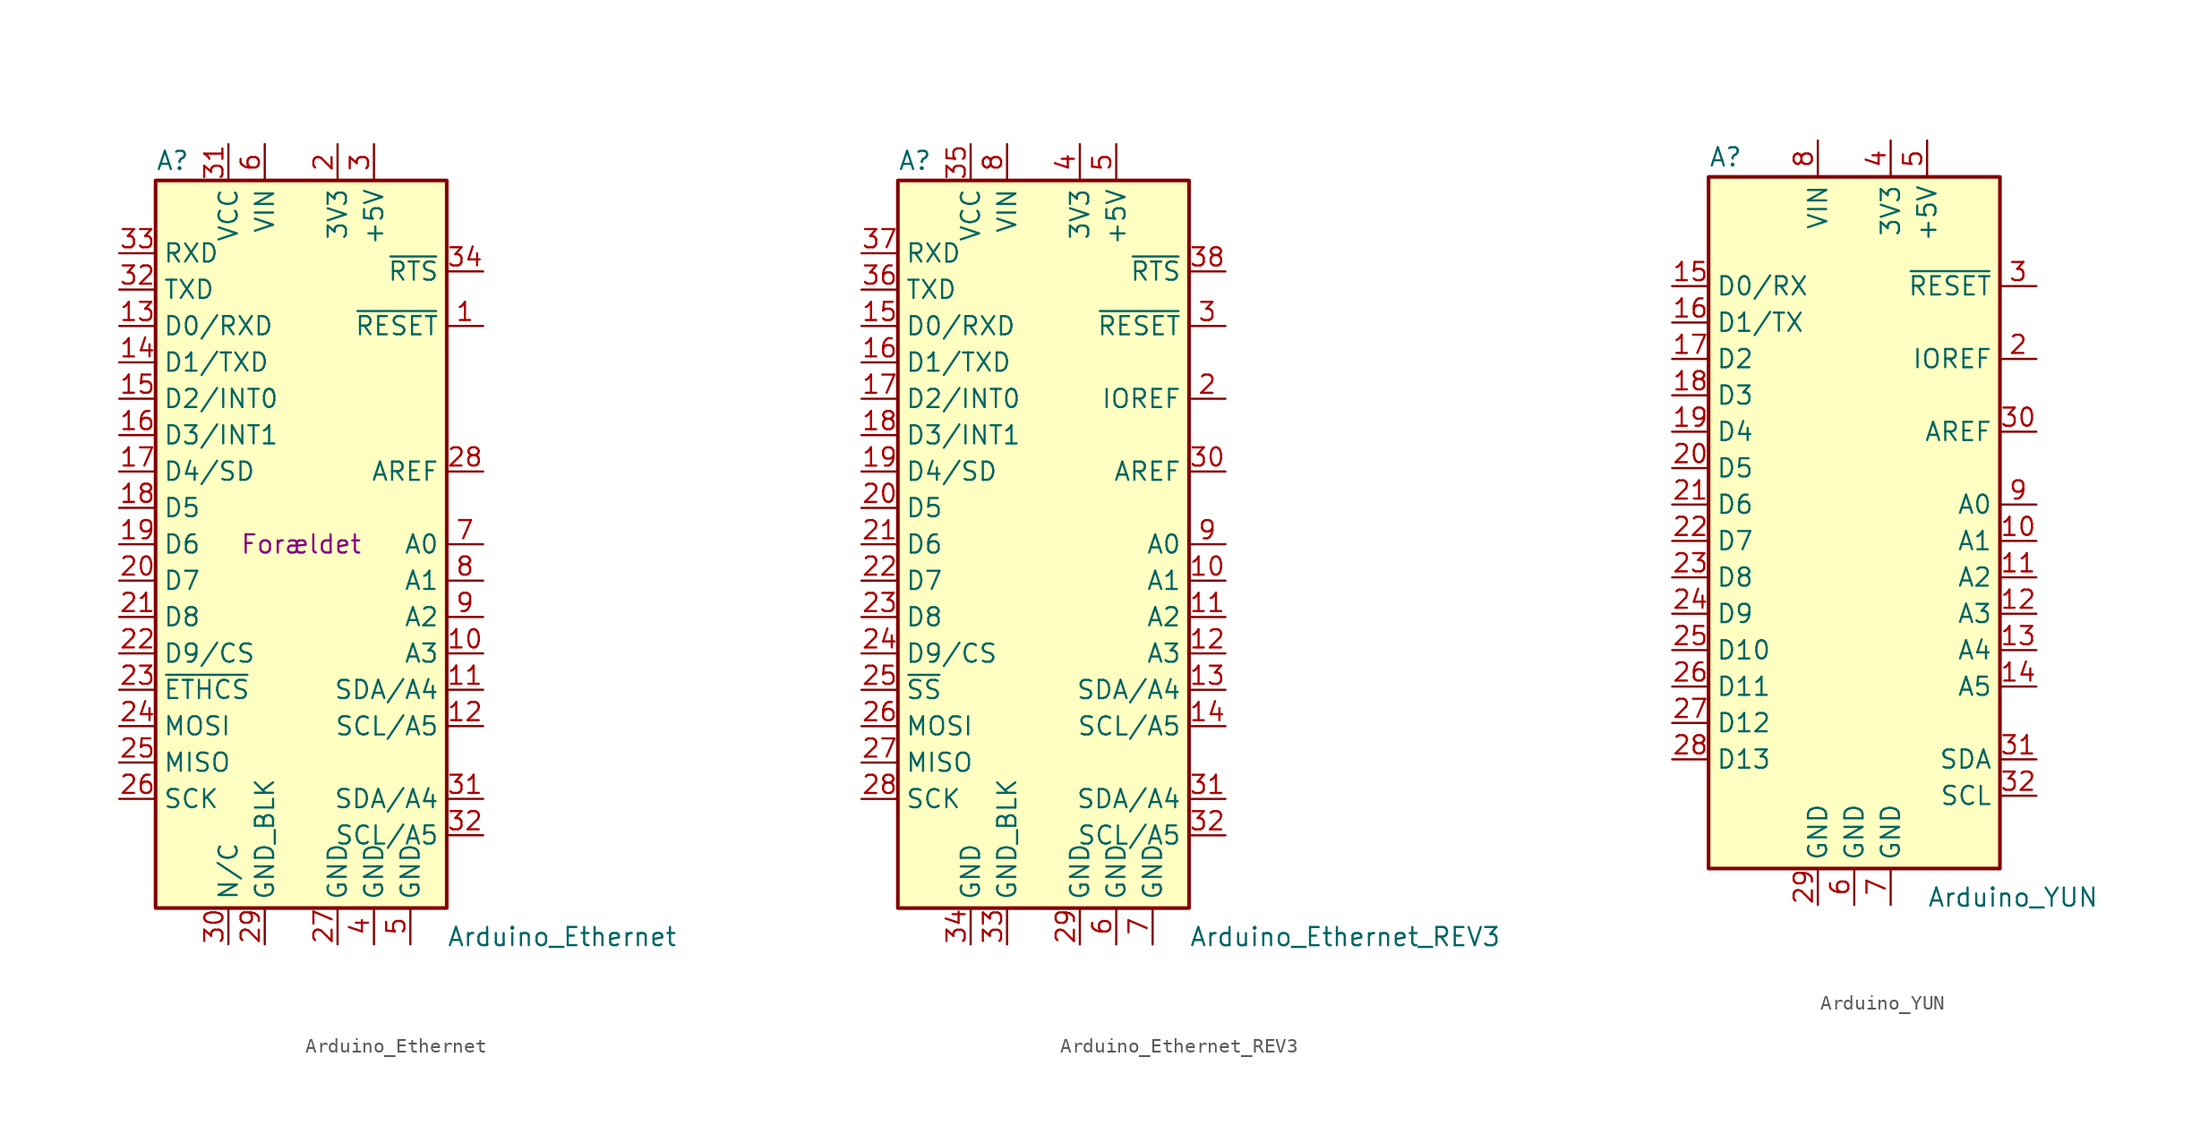
<source format=kicad_sym>
(kicad_symbol_lib
  (version 20231120)
  (generator "kicad_symbol_editor")
  (generator_version "8.0")
  (symbol "Arduino_Ethernet"
    (property "Reference" "A"
      (at -10.16 26.035 0)
      (effects (font (size 1.27 1.27)) (justify left bottom)))
    (property "Value" "Arduino_Ethernet"
      (at 10.16 -26.67 0)
      (effects (font (size 1.27 1.27)) (justify left top)))
    (property "Digi-Key Delstatus" "Forældet"
      (at 0 0 0)
      (effects (font (size 1.27 1.27))))
    (symbol "Arduino_Ethernet_0_1"
      (rectangle (start 10.16 25.4) (end -10.16 -25.4) (stroke (width 0.254) (type default)) (fill (type background))))
    (symbol "Arduino_Ethernet_1_1"
      (pin input line (at 12.7 15.24 180) (length 2.54) (name "~{RESET}" (effects (font (size 1.27 1.27)))) (number "1" (effects (font (size 1.27 1.27)))))
      (pin bidirectional line (at 12.7 -7.62 180) (length 2.54) (name "A3" (effects (font (size 1.27 1.27)))) (number "10" (effects (font (size 1.27 1.27)))))
      (pin bidirectional line (at 12.7 -10.16 180) (length 2.54) (name "SDA/A4" (effects (font (size 1.27 1.27)))) (number "11" (effects (font (size 1.27 1.27)))))
      (pin bidirectional line (at 12.7 -12.7 180) (length 2.54) (name "SCL/A5" (effects (font (size 1.27 1.27)))) (number "12" (effects (font (size 1.27 1.27)))))
      (pin bidirectional line (at -12.7 15.24 0) (length 2.54) (name "D0/RXD" (effects (font (size 1.27 1.27)))) (number "13" (effects (font (size 1.27 1.27)))))
      (pin bidirectional line (at -12.7 12.7 0) (length 2.54) (name "D1/TXD" (effects (font (size 1.27 1.27)))) (number "14" (effects (font (size 1.27 1.27)))))
      (pin bidirectional line (at -12.7 10.16 0) (length 2.54) (name "D2/INT0" (effects (font (size 1.27 1.27)))) (number "15" (effects (font (size 1.27 1.27)))))
      (pin bidirectional line (at -12.7 7.62 0) (length 2.54) (name "D3/INT1" (effects (font (size 1.27 1.27)))) (number "16" (effects (font (size 1.27 1.27)))))
      (pin bidirectional line (at -12.7 5.08 0) (length 2.54) (name "D4/SD" (effects (font (size 1.27 1.27)))) (number "17" (effects (font (size 1.27 1.27)))))
      (pin bidirectional line (at -12.7 2.54 0) (length 2.54) (name "D5" (effects (font (size 1.27 1.27)))) (number "18" (effects (font (size 1.27 1.27)))))
      (pin bidirectional line (at -12.7 0 0) (length 2.54) (name "D6" (effects (font (size 1.27 1.27)))) (number "19" (effects (font (size 1.27 1.27)))))
      (pin power_out line (at 2.54 27.94 270) (length 2.54) (name "3V3" (effects (font (size 1.27 1.27)))) (number "2" (effects (font (size 1.27 1.27)))))
      (pin bidirectional line (at -12.7 -2.54 0) (length 2.54) (name "D7" (effects (font (size 1.27 1.27)))) (number "20" (effects (font (size 1.27 1.27)))))
      (pin bidirectional line (at -12.7 -5.08 0) (length 2.54) (name "D8" (effects (font (size 1.27 1.27)))) (number "21" (effects (font (size 1.27 1.27)))))
      (pin bidirectional line (at -12.7 -7.62 0) (length 2.54) (name "D9/CS" (effects (font (size 1.27 1.27)))) (number "22" (effects (font (size 1.27 1.27)))))
      (pin bidirectional line (at -12.7 -10.16 0) (length 2.54) (name "~{ETHCS}" (effects (font (size 1.27 1.27)))) (number "23" (effects (font (size 1.27 1.27)))))
      (pin bidirectional line (at -12.7 -12.7 0) (length 2.54) (name "MOSI" (effects (font (size 1.27 1.27)))) (number "24" (effects (font (size 1.27 1.27)))))
      (pin bidirectional line (at -12.7 -15.24 0) (length 2.54) (name "MISO" (effects (font (size 1.27 1.27)))) (number "25" (effects (font (size 1.27 1.27)))))
      (pin bidirectional line (at -12.7 -17.78 0) (length 2.54) (name "SCK" (effects (font (size 1.27 1.27)))) (number "26" (effects (font (size 1.27 1.27)))))
      (pin power_in line (at 2.54 -27.94 90) (length 2.54) (name "GND" (effects (font (size 1.27 1.27)))) (number "27" (effects (font (size 1.27 1.27)))))
      (pin input line (at 12.7 5.08 180) (length 2.54) (name "AREF" (effects (font (size 1.27 1.27)))) (number "28" (effects (font (size 1.27 1.27)))))
      (pin power_in line (at -2.54 -27.94 90) (length 2.54) (name "GND_BLK" (effects (font (size 1.27 1.27)))) (number "29" (effects (font (size 1.27 1.27)))))
      (pin power_out line (at 5.08 27.94 270) (length 2.54) (name "+5V" (effects (font (size 1.27 1.27)))) (number "3" (effects (font (size 1.27 1.27)))))
      (pin passive line (at -5.08 -27.94 90) (length 2.54) (name "N/C" (effects (font (size 1.27 1.27)))) (number "30" (effects (font (size 1.27 1.27)))))
      (pin bidirectional line (at 12.7 -17.78 180) (length 2.54) (name "SDA/A4" (effects (font (size 1.27 1.27)))) (number "31" (effects (font (size 1.27 1.27)))))
      (pin power_in line (at -5.08 27.94 270) (length 2.54) (name "VCC" (effects (font (size 1.27 1.27)))) (number "31" (effects (font (size 1.27 1.27)))))
      (pin bidirectional line (at 12.7 -20.32 180) (length 2.54) (name "SCL/A5" (effects (font (size 1.27 1.27)))) (number "32" (effects (font (size 1.27 1.27)))))
      (pin bidirectional line (at -12.7 17.78 0) (length 2.54) (name "TXD" (effects (font (size 1.27 1.27)))) (number "32" (effects (font (size 1.27 1.27)))))
      (pin bidirectional line (at -12.7 20.32 0) (length 2.54) (name "RXD" (effects (font (size 1.27 1.27)))) (number "33" (effects (font (size 1.27 1.27)))))
      (pin input line (at 12.7 19.05 180) (length 2.54) (name "~{RTS}" (effects (font (size 1.27 1.27)))) (number "34" (effects (font (size 1.27 1.27)))))
      (pin power_in line (at 5.08 -27.94 90) (length 2.54) (name "GND" (effects (font (size 1.27 1.27)))) (number "4" (effects (font (size 1.27 1.27)))))
      (pin power_in line (at 7.62 -27.94 90) (length 2.54) (name "GND" (effects (font (size 1.27 1.27)))) (number "5" (effects (font (size 1.27 1.27)))))
      (pin power_in line (at -2.54 27.94 270) (length 2.54) (name "VIN" (effects (font (size 1.27 1.27)))) (number "6" (effects (font (size 1.27 1.27)))))
      (pin bidirectional line (at 12.7 0 180) (length 2.54) (name "A0" (effects (font (size 1.27 1.27)))) (number "7" (effects (font (size 1.27 1.27)))))
      (pin bidirectional line (at 12.7 -2.54 180) (length 2.54) (name "A1" (effects (font (size 1.27 1.27)))) (number "8" (effects (font (size 1.27 1.27)))))
      (pin bidirectional line (at 12.7 -5.08 180) (length 2.54) (name "A2" (effects (font (size 1.27 1.27)))) (number "9" (effects (font (size 1.27 1.27)))))))
  (symbol "Arduino_Ethernet_REV3"
    (property "Reference" "A"
      (at -10.16 26.035 0)
      (effects (font (size 1.27 1.27)) (justify left bottom)))
    (property "Value" "Arduino_Ethernet_REV3"
      (at 10.16 -26.67 0)
      (effects (font (size 1.27 1.27)) (justify left top)))
    (symbol "Arduino_Ethernet_REV3_0_1"
      (rectangle (start 10.16 25.4) (end -10.16 -25.4) (stroke (width 0.254) (type default)) (fill (type background))))
    (symbol "Arduino_Ethernet_REV3_1_1"
      (pin no_connect line (at -10.16 -20.32 0) (length 2.54) hide (name "NC" (effects (font (size 1.27 1.27)))) (number "1" (effects (font (size 1.27 1.27)))))
      (pin bidirectional line (at 12.7 -2.54 180) (length 2.54) (name "A1" (effects (font (size 1.27 1.27)))) (number "10" (effects (font (size 1.27 1.27)))))
      (pin bidirectional line (at 12.7 -5.08 180) (length 2.54) (name "A2" (effects (font (size 1.27 1.27)))) (number "11" (effects (font (size 1.27 1.27)))))
      (pin bidirectional line (at 12.7 -7.62 180) (length 2.54) (name "A3" (effects (font (size 1.27 1.27)))) (number "12" (effects (font (size 1.27 1.27)))))
      (pin bidirectional line (at 12.7 -10.16 180) (length 2.54) (name "SDA/A4" (effects (font (size 1.27 1.27)))) (number "13" (effects (font (size 1.27 1.27)))))
      (pin bidirectional line (at 12.7 -12.7 180) (length 2.54) (name "SCL/A5" (effects (font (size 1.27 1.27)))) (number "14" (effects (font (size 1.27 1.27)))))
      (pin bidirectional line (at -12.7 15.24 0) (length 2.54) (name "D0/RXD" (effects (font (size 1.27 1.27)))) (number "15" (effects (font (size 1.27 1.27)))))
      (pin bidirectional line (at -12.7 12.7 0) (length 2.54) (name "D1/TXD" (effects (font (size 1.27 1.27)))) (number "16" (effects (font (size 1.27 1.27)))))
      (pin bidirectional line (at -12.7 10.16 0) (length 2.54) (name "D2/INT0" (effects (font (size 1.27 1.27)))) (number "17" (effects (font (size 1.27 1.27)))))
      (pin bidirectional line (at -12.7 7.62 0) (length 2.54) (name "D3/INT1" (effects (font (size 1.27 1.27)))) (number "18" (effects (font (size 1.27 1.27)))))
      (pin bidirectional line (at -12.7 5.08 0) (length 2.54) (name "D4/SD" (effects (font (size 1.27 1.27)))) (number "19" (effects (font (size 1.27 1.27)))))
      (pin output line (at 12.7 10.16 180) (length 2.54) (name "IOREF" (effects (font (size 1.27 1.27)))) (number "2" (effects (font (size 1.27 1.27)))))
      (pin bidirectional line (at -12.7 2.54 0) (length 2.54) (name "D5" (effects (font (size 1.27 1.27)))) (number "20" (effects (font (size 1.27 1.27)))))
      (pin bidirectional line (at -12.7 0 0) (length 2.54) (name "D6" (effects (font (size 1.27 1.27)))) (number "21" (effects (font (size 1.27 1.27)))))
      (pin bidirectional line (at -12.7 -2.54 0) (length 2.54) (name "D7" (effects (font (size 1.27 1.27)))) (number "22" (effects (font (size 1.27 1.27)))))
      (pin bidirectional line (at -12.7 -5.08 0) (length 2.54) (name "D8" (effects (font (size 1.27 1.27)))) (number "23" (effects (font (size 1.27 1.27)))))
      (pin bidirectional line (at -12.7 -7.62 0) (length 2.54) (name "D9/CS" (effects (font (size 1.27 1.27)))) (number "24" (effects (font (size 1.27 1.27)))))
      (pin bidirectional line (at -12.7 -10.16 0) (length 2.54) (name "~{SS}" (effects (font (size 1.27 1.27)))) (number "25" (effects (font (size 1.27 1.27)))))
      (pin bidirectional line (at -12.7 -12.7 0) (length 2.54) (name "MOSI" (effects (font (size 1.27 1.27)))) (number "26" (effects (font (size 1.27 1.27)))))
      (pin bidirectional line (at -12.7 -15.24 0) (length 2.54) (name "MISO" (effects (font (size 1.27 1.27)))) (number "27" (effects (font (size 1.27 1.27)))))
      (pin bidirectional line (at -12.7 -17.78 0) (length 2.54) (name "SCK" (effects (font (size 1.27 1.27)))) (number "28" (effects (font (size 1.27 1.27)))))
      (pin power_in line (at 2.54 -27.94 90) (length 2.54) (name "GND" (effects (font (size 1.27 1.27)))) (number "29" (effects (font (size 1.27 1.27)))))
      (pin input line (at 12.7 15.24 180) (length 2.54) (name "~{RESET}" (effects (font (size 1.27 1.27)))) (number "3" (effects (font (size 1.27 1.27)))))
      (pin input line (at 12.7 5.08 180) (length 2.54) (name "AREF" (effects (font (size 1.27 1.27)))) (number "30" (effects (font (size 1.27 1.27)))))
      (pin bidirectional line (at 12.7 -17.78 180) (length 2.54) (name "SDA/A4" (effects (font (size 1.27 1.27)))) (number "31" (effects (font (size 1.27 1.27)))))
      (pin bidirectional line (at 12.7 -20.32 180) (length 2.54) (name "SCL/A5" (effects (font (size 1.27 1.27)))) (number "32" (effects (font (size 1.27 1.27)))))
      (pin power_in line (at -2.54 -27.94 90) (length 2.54) (name "GND_BLK" (effects (font (size 1.27 1.27)))) (number "33" (effects (font (size 1.27 1.27)))))
      (pin power_in line (at -5.08 -27.94 90) (length 2.54) (name "GND" (effects (font (size 1.27 1.27)))) (number "34" (effects (font (size 1.27 1.27)))))
      (pin power_in line (at -5.08 27.94 270) (length 2.54) (name "VCC" (effects (font (size 1.27 1.27)))) (number "35" (effects (font (size 1.27 1.27)))))
      (pin bidirectional line (at -12.7 17.78 0) (length 2.54) (name "TXD" (effects (font (size 1.27 1.27)))) (number "36" (effects (font (size 1.27 1.27)))))
      (pin bidirectional line (at -12.7 20.32 0) (length 2.54) (name "RXD" (effects (font (size 1.27 1.27)))) (number "37" (effects (font (size 1.27 1.27)))))
      (pin input line (at 12.7 19.05 180) (length 2.54) (name "~{RTS}" (effects (font (size 1.27 1.27)))) (number "38" (effects (font (size 1.27 1.27)))))
      (pin power_out line (at 2.54 27.94 270) (length 2.54) (name "3V3" (effects (font (size 1.27 1.27)))) (number "4" (effects (font (size 1.27 1.27)))))
      (pin power_out line (at 5.08 27.94 270) (length 2.54) (name "+5V" (effects (font (size 1.27 1.27)))) (number "5" (effects (font (size 1.27 1.27)))))
      (pin power_in line (at 5.08 -27.94 90) (length 2.54) (name "GND" (effects (font (size 1.27 1.27)))) (number "6" (effects (font (size 1.27 1.27)))))
      (pin power_in line (at 7.62 -27.94 90) (length 2.54) (name "GND" (effects (font (size 1.27 1.27)))) (number "7" (effects (font (size 1.27 1.27)))))
      (pin power_in line (at -2.54 27.94 270) (length 2.54) (name "VIN" (effects (font (size 1.27 1.27)))) (number "8" (effects (font (size 1.27 1.27)))))
      (pin bidirectional line (at 12.7 0 180) (length 2.54) (name "A0" (effects (font (size 1.27 1.27)))) (number "9" (effects (font (size 1.27 1.27)))))))
  (symbol "Arduino_YUN"
    (property "Reference" "A"
      (at -10.16 23.495 0)
      (effects (font (size 1.27 1.27)) (justify left bottom)))
    (property "Value" "Arduino_YUN"
      (at 5.08 -26.67 0)
      (effects (font (size 1.27 1.27)) (justify left top)))
    (symbol "Arduino_YUN_0_1"
      (rectangle (start -10.16 22.86) (end 10.16 -25.4) (stroke (width 0.254) (type default)) (fill (type background))))
    (symbol "Arduino_YUN_1_1"
      (pin no_connect line (at -10.16 -20.32 0) (length 2.54) hide (name "NC" (effects (font (size 1.27 1.27)))) (number "1" (effects (font (size 1.27 1.27)))))
      (pin bidirectional line (at 12.7 -2.54 180) (length 2.54) (name "A1" (effects (font (size 1.27 1.27)))) (number "10" (effects (font (size 1.27 1.27)))))
      (pin bidirectional line (at 12.7 -5.08 180) (length 2.54) (name "A2" (effects (font (size 1.27 1.27)))) (number "11" (effects (font (size 1.27 1.27)))))
      (pin bidirectional line (at 12.7 -7.62 180) (length 2.54) (name "A3" (effects (font (size 1.27 1.27)))) (number "12" (effects (font (size 1.27 1.27)))))
      (pin bidirectional line (at 12.7 -10.16 180) (length 2.54) (name "A4" (effects (font (size 1.27 1.27)))) (number "13" (effects (font (size 1.27 1.27)))))
      (pin bidirectional line (at 12.7 -12.7 180) (length 2.54) (name "A5" (effects (font (size 1.27 1.27)))) (number "14" (effects (font (size 1.27 1.27)))))
      (pin bidirectional line (at -12.7 15.24 0) (length 2.54) (name "D0/RX" (effects (font (size 1.27 1.27)))) (number "15" (effects (font (size 1.27 1.27)))))
      (pin bidirectional line (at -12.7 12.7 0) (length 2.54) (name "D1/TX" (effects (font (size 1.27 1.27)))) (number "16" (effects (font (size 1.27 1.27)))))
      (pin bidirectional line (at -12.7 10.16 0) (length 2.54) (name "D2" (effects (font (size 1.27 1.27)))) (number "17" (effects (font (size 1.27 1.27)))))
      (pin bidirectional line (at -12.7 7.62 0) (length 2.54) (name "D3" (effects (font (size 1.27 1.27)))) (number "18" (effects (font (size 1.27 1.27)))))
      (pin bidirectional line (at -12.7 5.08 0) (length 2.54) (name "D4" (effects (font (size 1.27 1.27)))) (number "19" (effects (font (size 1.27 1.27)))))
      (pin output line (at 12.7 10.16 180) (length 2.54) (name "IOREF" (effects (font (size 1.27 1.27)))) (number "2" (effects (font (size 1.27 1.27)))))
      (pin bidirectional line (at -12.7 2.54 0) (length 2.54) (name "D5" (effects (font (size 1.27 1.27)))) (number "20" (effects (font (size 1.27 1.27)))))
      (pin bidirectional line (at -12.7 0 0) (length 2.54) (name "D6" (effects (font (size 1.27 1.27)))) (number "21" (effects (font (size 1.27 1.27)))))
      (pin bidirectional line (at -12.7 -2.54 0) (length 2.54) (name "D7" (effects (font (size 1.27 1.27)))) (number "22" (effects (font (size 1.27 1.27)))))
      (pin bidirectional line (at -12.7 -5.08 0) (length 2.54) (name "D8" (effects (font (size 1.27 1.27)))) (number "23" (effects (font (size 1.27 1.27)))))
      (pin bidirectional line (at -12.7 -7.62 0) (length 2.54) (name "D9" (effects (font (size 1.27 1.27)))) (number "24" (effects (font (size 1.27 1.27)))))
      (pin bidirectional line (at -12.7 -10.16 0) (length 2.54) (name "D10" (effects (font (size 1.27 1.27)))) (number "25" (effects (font (size 1.27 1.27)))))
      (pin bidirectional line (at -12.7 -12.7 0) (length 2.54) (name "D11" (effects (font (size 1.27 1.27)))) (number "26" (effects (font (size 1.27 1.27)))))
      (pin bidirectional line (at -12.7 -15.24 0) (length 2.54) (name "D12" (effects (font (size 1.27 1.27)))) (number "27" (effects (font (size 1.27 1.27)))))
      (pin bidirectional line (at -12.7 -17.78 0) (length 2.54) (name "D13" (effects (font (size 1.27 1.27)))) (number "28" (effects (font (size 1.27 1.27)))))
      (pin power_in line (at -2.54 -27.94 90) (length 2.54) (name "GND" (effects (font (size 1.27 1.27)))) (number "29" (effects (font (size 1.27 1.27)))))
      (pin input line (at 12.7 15.24 180) (length 2.54) (name "~{RESET}" (effects (font (size 1.27 1.27)))) (number "3" (effects (font (size 1.27 1.27)))))
      (pin input line (at 12.7 5.08 180) (length 2.54) (name "AREF" (effects (font (size 1.27 1.27)))) (number "30" (effects (font (size 1.27 1.27)))))
      (pin bidirectional line (at 12.7 -17.78 180) (length 2.54) (name "SDA" (effects (font (size 1.27 1.27)))) (number "31" (effects (font (size 1.27 1.27)))))
      (pin bidirectional line (at 12.7 -20.32 180) (length 2.54) (name "SCL" (effects (font (size 1.27 1.27)))) (number "32" (effects (font (size 1.27 1.27)))))
      (pin power_out line (at 2.54 25.4 270) (length 2.54) (name "3V3" (effects (font (size 1.27 1.27)))) (number "4" (effects (font (size 1.27 1.27)))))
      (pin power_out line (at 5.08 25.4 270) (length 2.54) (name "+5V" (effects (font (size 1.27 1.27)))) (number "5" (effects (font (size 1.27 1.27)))))
      (pin power_in line (at 0 -27.94 90) (length 2.54) (name "GND" (effects (font (size 1.27 1.27)))) (number "6" (effects (font (size 1.27 1.27)))))
      (pin power_in line (at 2.54 -27.94 90) (length 2.54) (name "GND" (effects (font (size 1.27 1.27)))) (number "7" (effects (font (size 1.27 1.27)))))
      (pin power_in line (at -2.54 25.4 270) (length 2.54) (name "VIN" (effects (font (size 1.27 1.27)))) (number "8" (effects (font (size 1.27 1.27)))))
      (pin bidirectional line (at 12.7 0 180) (length 2.54) (name "A0" (effects (font (size 1.27 1.27)))) (number "9" (effects (font (size 1.27 1.27))))))))
</source>
